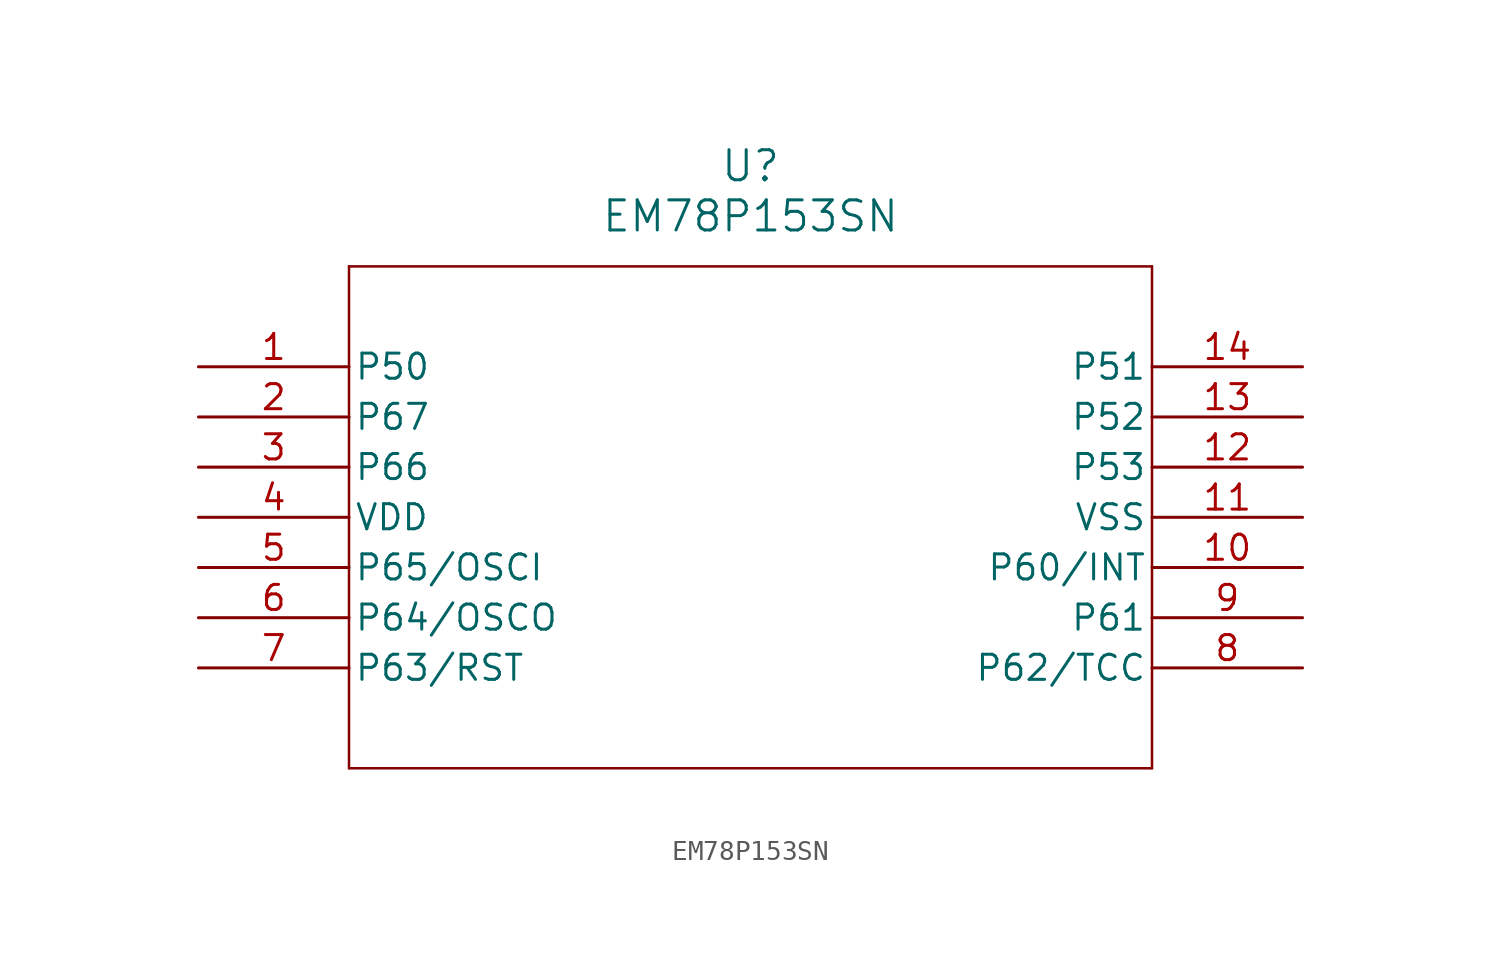
<source format=kicad_sym>
(kicad_symbol_lib
  (version 20211014)
  (generator kicad_symbol_editor)
  (symbol "EM78P153SN"
    (pin_names
      (offset 0.254))
    (property "Reference" "U"
      (at 27.94 10.16 0)
      (effects (font (size 1.524 1.524))))
    (property "Value" "EM78P153SN"
      (at 27.94 7.62 0)
      (effects (font (size 1.524 1.524))))
    (symbol "EM78P153SN_0_1"
      (polyline (pts (xy 7.62 5.08) (xy 7.62 -20.32)) (stroke (width 0.127) (type default) (color 0 0 0 0)) (fill (type none)))
      (polyline (pts (xy 7.62 -20.32) (xy 48.26 -20.32)) (stroke (width 0.127) (type default) (color 0 0 0 0)) (fill (type none)))
      (polyline (pts (xy 48.26 -20.32) (xy 48.26 5.08)) (stroke (width 0.127) (type default) (color 0 0 0 0)) (fill (type none)))
      (polyline (pts (xy 48.26 5.08) (xy 7.62 5.08)) (stroke (width 0.127) (type default) (color 0 0 0 0)) (fill (type none)))
      (pin bidirectional line (at 0 0 0) (length 7.62) (name "P50" (effects (font (size 1.27 1.27)))) (number "1" (effects (font (size 1.27 1.27)))))
      (pin bidirectional line (at 0 -2.54 0) (length 7.62) (name "P67" (effects (font (size 1.27 1.27)))) (number "2" (effects (font (size 1.27 1.27)))))
      (pin bidirectional line (at 0 -5.08 0) (length 7.62) (name "P66" (effects (font (size 1.27 1.27)))) (number "3" (effects (font (size 1.27 1.27)))))
      (pin power_in line (at 0 -7.62 0) (length 7.62) (name "VDD" (effects (font (size 1.27 1.27)))) (number "4" (effects (font (size 1.27 1.27)))))
      (pin bidirectional line (at 0 -10.16 0) (length 7.62) (name "P65/OSCI" (effects (font (size 1.27 1.27)))) (number "5" (effects (font (size 1.27 1.27)))))
      (pin bidirectional line (at 0 -12.7 0) (length 7.62) (name "P64/OSCO" (effects (font (size 1.27 1.27)))) (number "6" (effects (font (size 1.27 1.27)))))
      (pin input line (at 0 -15.24 0) (length 7.62) (name "P63/RST" (effects (font (size 1.27 1.27)))) (number "7" (effects (font (size 1.27 1.27)))))
      (pin bidirectional line (at 55.88 -15.24 180) (length 7.62) (name "P62/TCC" (effects (font (size 1.27 1.27)))) (number "8" (effects (font (size 1.27 1.27)))))
      (pin bidirectional line (at 55.88 -12.7 180) (length 7.62) (name "P61" (effects (font (size 1.27 1.27)))) (number "9" (effects (font (size 1.27 1.27)))))
      (pin bidirectional line (at 55.88 -10.16 180) (length 7.62) (name "P60/INT" (effects (font (size 1.27 1.27)))) (number "10" (effects (font (size 1.27 1.27)))))
      (pin power_out line (at 55.88 -7.62 180) (length 7.62) (name "VSS" (effects (font (size 1.27 1.27)))) (number "11" (effects (font (size 1.27 1.27)))))
      (pin bidirectional line (at 55.88 -5.08 180) (length 7.62) (name "P53" (effects (font (size 1.27 1.27)))) (number "12" (effects (font (size 1.27 1.27)))))
      (pin bidirectional line (at 55.88 -2.54 180) (length 7.62) (name "P52" (effects (font (size 1.27 1.27)))) (number "13" (effects (font (size 1.27 1.27)))))
      (pin bidirectional line (at 55.88 0 180) (length 7.62) (name "P51" (effects (font (size 1.27 1.27)))) (number "14" (effects (font (size 1.27 1.27))))))))
</source>
